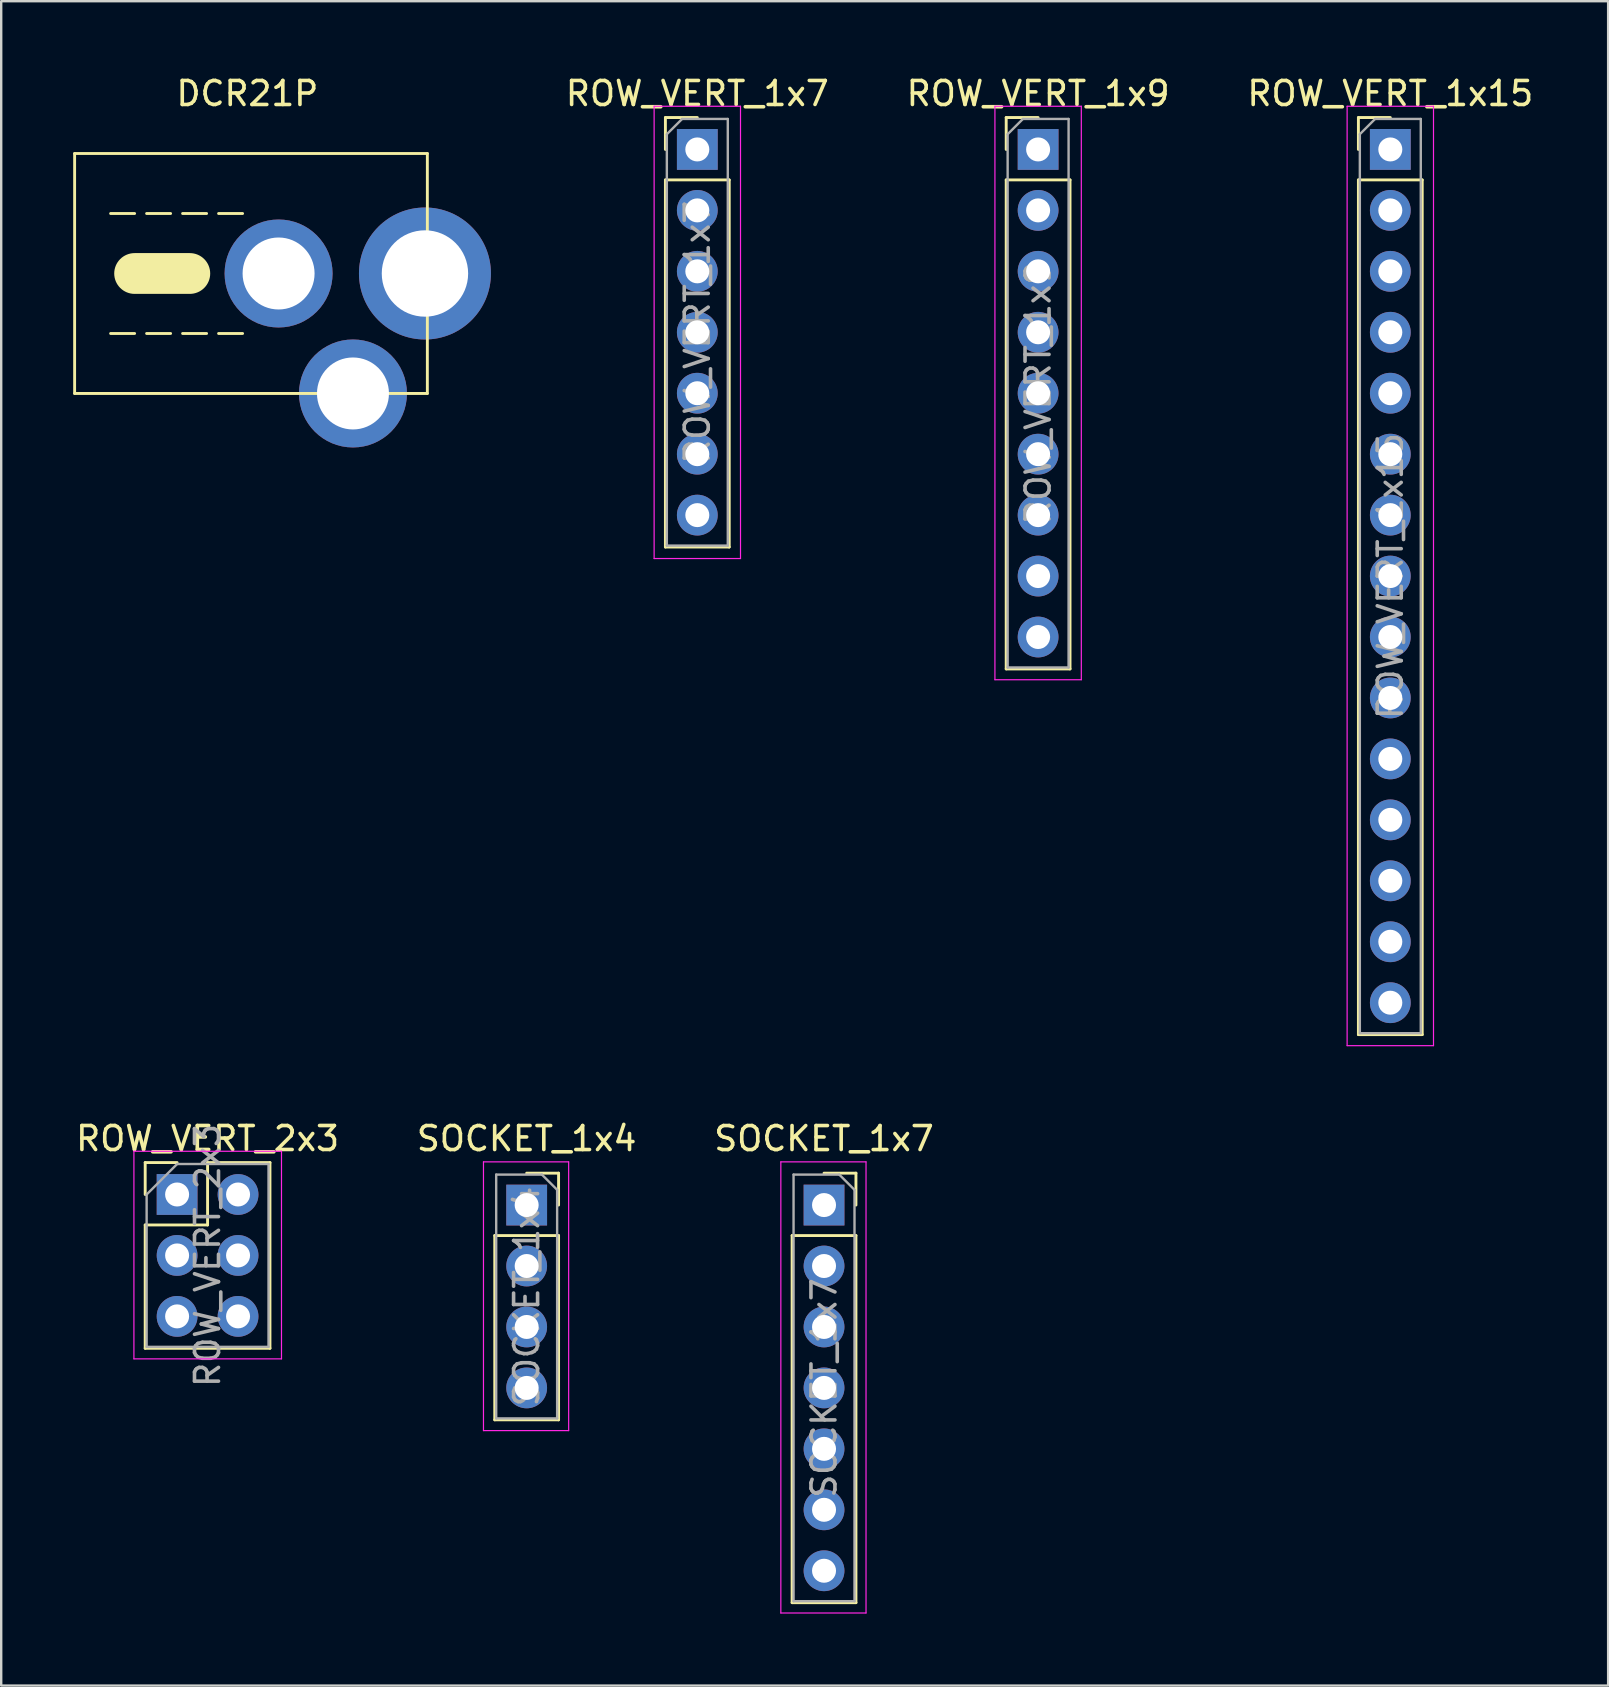
<source format=kicad_pcb>
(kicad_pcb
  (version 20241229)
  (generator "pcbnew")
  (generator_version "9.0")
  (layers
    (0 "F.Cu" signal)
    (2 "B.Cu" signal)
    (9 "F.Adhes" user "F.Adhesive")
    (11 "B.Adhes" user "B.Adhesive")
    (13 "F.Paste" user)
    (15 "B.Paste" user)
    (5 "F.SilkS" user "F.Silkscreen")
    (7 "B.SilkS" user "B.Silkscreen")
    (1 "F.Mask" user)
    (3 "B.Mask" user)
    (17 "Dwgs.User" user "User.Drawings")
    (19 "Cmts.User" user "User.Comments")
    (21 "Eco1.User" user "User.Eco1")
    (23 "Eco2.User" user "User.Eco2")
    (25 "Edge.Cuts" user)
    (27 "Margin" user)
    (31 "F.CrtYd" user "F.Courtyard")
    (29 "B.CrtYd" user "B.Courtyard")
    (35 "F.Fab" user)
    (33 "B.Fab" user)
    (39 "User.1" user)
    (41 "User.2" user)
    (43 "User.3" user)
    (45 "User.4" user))
  (footprint "ROW_VERT_2x3"
    (layer "F.Cu")
    (at 4.331 46.731)
    (property "Reference" "ROW_VERT_2x3" (at 1.27 -2.33 0) (layer "F.SilkS") (effects (font (size 1 1) (thickness 0.15))))
    (attr through_hole)
    (fp_line (start -1.33 -1.33) (end 0 -1.33) (stroke (width 0.12) (type solid)) (layer "F.SilkS"))
    (fp_line (start -1.33 0) (end -1.33 -1.33) (stroke (width 0.12) (type solid)) (layer "F.SilkS"))
    (fp_line (start -1.33 1.27) (end -1.33 6.41) (stroke (width 0.12) (type solid)) (layer "F.SilkS"))
    (fp_line (start -1.33 1.27) (end 1.27 1.27) (stroke (width 0.12) (type solid)) (layer "F.SilkS"))
    (fp_line (start -1.33 6.41) (end 3.87 6.41) (stroke (width 0.12) (type solid)) (layer "F.SilkS"))
    (fp_line (start 1.27 -1.33) (end 3.87 -1.33) (stroke (width 0.12) (type solid)) (layer "F.SilkS"))
    (fp_line (start 1.27 1.27) (end 1.27 -1.33) (stroke (width 0.12) (type solid)) (layer "F.SilkS"))
    (fp_line (start 3.87 -1.33) (end 3.87 6.41) (stroke (width 0.12) (type solid)) (layer "F.SilkS"))
    (fp_line (start -1.8 -1.8) (end -1.8 6.85) (stroke (width 0.05) (type solid)) (layer "F.CrtYd"))
    (fp_line (start -1.8 6.85) (end 4.35 6.85) (stroke (width 0.05) (type solid)) (layer "F.CrtYd"))
    (fp_line (start 4.35 -1.8) (end -1.8 -1.8) (stroke (width 0.05) (type solid)) (layer "F.CrtYd"))
    (fp_line (start 4.35 6.85) (end 4.35 -1.8) (stroke (width 0.05) (type solid)) (layer "F.CrtYd"))
    (fp_line (start -1.27 0) (end 0 -1.27) (stroke (width 0.1) (type solid)) (layer "F.Fab"))
    (fp_line (start -1.27 6.35) (end -1.27 0) (stroke (width 0.1) (type solid)) (layer "F.Fab"))
    (fp_line (start 0 -1.27) (end 3.81 -1.27) (stroke (width 0.1) (type solid)) (layer "F.Fab"))
    (fp_line (start 3.81 -1.27) (end 3.81 6.35) (stroke (width 0.1) (type solid)) (layer "F.Fab"))
    (fp_line (start 3.81 6.35) (end -1.27 6.35) (stroke (width 0.1) (type solid)) (layer "F.Fab"))
    (fp_text user "${REFERENCE}" (at 1.27 2.54 90) (layer "F.Fab") (effects (font (size 1 1) (thickness 0.15))))
    (pad "1" thru_hole rect (at 0 0) (size 1.7 1.7) (drill 1) (layers "*.Cu" "*.Mask"))
    (pad "2" thru_hole oval (at 2.54 0) (size 1.7 1.7) (drill 1) (layers "*.Cu" "*.Mask"))
    (pad "3" thru_hole oval (at 0 2.54) (size 1.7 1.7) (drill 1) (layers "*.Cu" "*.Mask"))
    (pad "4" thru_hole oval (at 2.54 2.54) (size 1.7 1.7) (drill 1) (layers "*.Cu" "*.Mask"))
    (pad "5" thru_hole oval (at 0 5.08) (size 1.7 1.7) (drill 1) (layers "*.Cu" "*.Mask"))
    (pad "6" thru_hole oval (at 2.54 5.08) (size 1.7 1.7) (drill 1) (layers "*.Cu" "*.Mask")))
  (footprint "DCR21P"
    (layer "F.Cu")
    (at 7.26 8.348)
    (property "Reference" "DCR21P" (at 0 -7.5 0) (layer "F.SilkS") (effects (font (size 1 1) (thickness 0.15))))
    (attr through_hole)
    (fp_line (start -7.2 -5) (end -7.2 5) (stroke (width 0.12) (type solid)) (layer "F.SilkS"))
    (fp_line (start -7.2 -5) (end 7.5 -5) (stroke (width 0.12) (type solid)) (layer "F.SilkS"))
    (fp_line (start -7.2 5) (end 7.5 5) (stroke (width 0.12) (type solid)) (layer "F.SilkS"))
    (fp_line (start -5.7 -2.5) (end -4.7 -2.5) (stroke (width 0.12) (type solid)) (layer "F.SilkS"))
    (fp_line (start -5.7 2.5) (end -4.7 2.5) (stroke (width 0.12) (type solid)) (layer "F.SilkS"))
    (fp_line (start -4.7 0) (end -2.4 0) (stroke (width 1.7) (type solid)) (layer "F.SilkS"))
    (fp_line (start -4.2 -2.5) (end -3.2 -2.5) (stroke (width 0.12) (type solid)) (layer "F.SilkS"))
    (fp_line (start -4.2 2.5) (end -3.2 2.5) (stroke (width 0.12) (type solid)) (layer "F.SilkS"))
    (fp_line (start -2.7 -2.5) (end -1.7 -2.5) (stroke (width 0.12) (type solid)) (layer "F.SilkS"))
    (fp_line (start -2.7 2.5) (end -1.7 2.5) (stroke (width 0.12) (type solid)) (layer "F.SilkS"))
    (fp_line (start -1.2 -2.5) (end -0.2 -2.5) (stroke (width 0.12) (type solid)) (layer "F.SilkS"))
    (fp_line (start -1.2 2.5) (end -0.2 2.5) (stroke (width 0.12) (type solid)) (layer "F.SilkS"))
    (fp_line (start 7.5 -5) (end 7.5 5) (stroke (width 0.12) (type solid)) (layer "F.SilkS"))
    (pad "1" thru_hole circle (at 1.3 0) (size 4.5 4.5) (drill 3) (layers "*.Cu" "*.Mask"))
    (pad "2" thru_hole circle (at 7.4 0) (size 5.5 5.5) (drill 3.6) (layers "*.Cu" "*.Mask"))
    (pad "3" thru_hole circle (at 4.4 5) (size 4.5 4.5) (drill 3) (layers "*.Cu" "*.Mask")))
  (footprint "ROW_VERT_1x9"
    (layer "F.Cu")
    (at 40.214 3.178)
    (property "Reference" "ROW_VERT_1x9" (at 0 -2.33 0) (layer "F.SilkS") (effects (font (size 1 1) (thickness 0.15))))
    (attr through_hole)
    (fp_line (start -1.33 -1.33) (end 0 -1.33) (stroke (width 0.12) (type solid)) (layer "F.SilkS"))
    (fp_line (start -1.33 0) (end -1.33 -1.33) (stroke (width 0.12) (type solid)) (layer "F.SilkS"))
    (fp_line (start -1.33 1.27) (end -1.33 21.65) (stroke (width 0.12) (type solid)) (layer "F.SilkS"))
    (fp_line (start -1.33 1.27) (end 1.33 1.27) (stroke (width 0.12) (type solid)) (layer "F.SilkS"))
    (fp_line (start -1.33 21.65) (end 1.33 21.65) (stroke (width 0.12) (type solid)) (layer "F.SilkS"))
    (fp_line (start 1.33 1.27) (end 1.33 21.65) (stroke (width 0.12) (type solid)) (layer "F.SilkS"))
    (fp_line (start -1.8 -1.8) (end -1.8 22.1) (stroke (width 0.05) (type solid)) (layer "F.CrtYd"))
    (fp_line (start -1.8 22.1) (end 1.8 22.1) (stroke (width 0.05) (type solid)) (layer "F.CrtYd"))
    (fp_line (start 1.8 -1.8) (end -1.8 -1.8) (stroke (width 0.05) (type solid)) (layer "F.CrtYd"))
    (fp_line (start 1.8 22.1) (end 1.8 -1.8) (stroke (width 0.05) (type solid)) (layer "F.CrtYd"))
    (fp_line (start -1.27 -0.635) (end -0.635 -1.27) (stroke (width 0.1) (type solid)) (layer "F.Fab"))
    (fp_line (start -1.27 21.59) (end -1.27 -0.635) (stroke (width 0.1) (type solid)) (layer "F.Fab"))
    (fp_line (start -0.635 -1.27) (end 1.27 -1.27) (stroke (width 0.1) (type solid)) (layer "F.Fab"))
    (fp_line (start 1.27 -1.27) (end 1.27 21.59) (stroke (width 0.1) (type solid)) (layer "F.Fab"))
    (fp_line (start 1.27 21.59) (end -1.27 21.59) (stroke (width 0.1) (type solid)) (layer "F.Fab"))
    (fp_text user "${REFERENCE}" (at 0 10.16 90) (layer "F.Fab") (effects (font (size 1 1) (thickness 0.15))))
    (pad "1" thru_hole rect (at 0 0) (size 1.7 1.7) (drill 1) (layers "*.Cu" "*.Mask"))
    (pad "2" thru_hole oval (at 0 2.54) (size 1.7 1.7) (drill 1) (layers "*.Cu" "*.Mask"))
    (pad "3" thru_hole oval (at 0 5.08) (size 1.7 1.7) (drill 1) (layers "*.Cu" "*.Mask"))
    (pad "4" thru_hole oval (at 0 7.62) (size 1.7 1.7) (drill 1) (layers "*.Cu" "*.Mask"))
    (pad "5" thru_hole oval (at 0 10.16) (size 1.7 1.7) (drill 1) (layers "*.Cu" "*.Mask"))
    (pad "6" thru_hole oval (at 0 12.7) (size 1.7 1.7) (drill 1) (layers "*.Cu" "*.Mask"))
    (pad "7" thru_hole oval (at 0 15.24) (size 1.7 1.7) (drill 1) (layers "*.Cu" "*.Mask"))
    (pad "8" thru_hole oval (at 0 17.78) (size 1.7 1.7) (drill 1) (layers "*.Cu" "*.Mask"))
    (pad "9" thru_hole oval (at 0 20.32) (size 1.7 1.7) (drill 1) (layers "*.Cu" "*.Mask")))
  (footprint "ROW_VERT_1x7"
    (layer "F.Cu")
    (at 26.011 3.178)
    (property "Reference" "ROW_VERT_1x7" (at 0 -2.33 0) (layer "F.SilkS") (effects (font (size 1 1) (thickness 0.15))))
    (attr through_hole)
    (fp_line (start -1.33 -1.33) (end 0 -1.33) (stroke (width 0.12) (type solid)) (layer "F.SilkS"))
    (fp_line (start -1.33 0) (end -1.33 -1.33) (stroke (width 0.12) (type solid)) (layer "F.SilkS"))
    (fp_line (start -1.33 1.27) (end -1.33 16.57) (stroke (width 0.12) (type solid)) (layer "F.SilkS"))
    (fp_line (start -1.33 1.27) (end 1.33 1.27) (stroke (width 0.12) (type solid)) (layer "F.SilkS"))
    (fp_line (start -1.33 16.57) (end 1.33 16.57) (stroke (width 0.12) (type solid)) (layer "F.SilkS"))
    (fp_line (start 1.33 1.27) (end 1.33 16.57) (stroke (width 0.12) (type solid)) (layer "F.SilkS"))
    (fp_line (start -1.8 -1.8) (end -1.8 17.05) (stroke (width 0.05) (type solid)) (layer "F.CrtYd"))
    (fp_line (start -1.8 17.05) (end 1.8 17.05) (stroke (width 0.05) (type solid)) (layer "F.CrtYd"))
    (fp_line (start 1.8 -1.8) (end -1.8 -1.8) (stroke (width 0.05) (type solid)) (layer "F.CrtYd"))
    (fp_line (start 1.8 17.05) (end 1.8 -1.8) (stroke (width 0.05) (type solid)) (layer "F.CrtYd"))
    (fp_line (start -1.27 -0.635) (end -0.635 -1.27) (stroke (width 0.1) (type solid)) (layer "F.Fab"))
    (fp_line (start -1.27 16.51) (end -1.27 -0.635) (stroke (width 0.1) (type solid)) (layer "F.Fab"))
    (fp_line (start -0.635 -1.27) (end 1.27 -1.27) (stroke (width 0.1) (type solid)) (layer "F.Fab"))
    (fp_line (start 1.27 -1.27) (end 1.27 16.51) (stroke (width 0.1) (type solid)) (layer "F.Fab"))
    (fp_line (start 1.27 16.51) (end -1.27 16.51) (stroke (width 0.1) (type solid)) (layer "F.Fab"))
    (fp_text user "${REFERENCE}" (at 0 7.62 90) (layer "F.Fab") (effects (font (size 1 1) (thickness 0.15))))
    (pad "1" thru_hole rect (at 0 0) (size 1.7 1.7) (drill 1) (layers "*.Cu" "*.Mask"))
    (pad "2" thru_hole oval (at 0 2.54) (size 1.7 1.7) (drill 1) (layers "*.Cu" "*.Mask"))
    (pad "3" thru_hole oval (at 0 5.08) (size 1.7 1.7) (drill 1) (layers "*.Cu" "*.Mask"))
    (pad "4" thru_hole oval (at 0 7.62) (size 1.7 1.7) (drill 1) (layers "*.Cu" "*.Mask"))
    (pad "5" thru_hole oval (at 0 10.16) (size 1.7 1.7) (drill 1) (layers "*.Cu" "*.Mask"))
    (pad "6" thru_hole oval (at 0 12.7) (size 1.7 1.7) (drill 1) (layers "*.Cu" "*.Mask"))
    (pad "7" thru_hole oval (at 0 15.24) (size 1.7 1.7) (drill 1) (layers "*.Cu" "*.Mask")))
  (footprint "SOCKET_1x7"
    (layer "F.Cu")
    (at 31.292 47.172)
    (property "Reference" "SOCKET_1x7" (at 0 -2.77 0) (layer "F.SilkS") (effects (font (size 1 1) (thickness 0.15))))
    (attr through_hole)
    (fp_line (start -1.33 1.27) (end -1.33 16.57) (stroke (width 0.12) (type solid)) (layer "F.SilkS"))
    (fp_line (start -1.33 1.27) (end 1.33 1.27) (stroke (width 0.12) (type solid)) (layer "F.SilkS"))
    (fp_line (start -1.33 16.57) (end 1.33 16.57) (stroke (width 0.12) (type solid)) (layer "F.SilkS"))
    (fp_line (start 0 -1.33) (end 1.33 -1.33) (stroke (width 0.12) (type solid)) (layer "F.SilkS"))
    (fp_line (start 1.33 -1.33) (end 1.33 0) (stroke (width 0.12) (type solid)) (layer "F.SilkS"))
    (fp_line (start 1.33 1.27) (end 1.33 16.57) (stroke (width 0.12) (type solid)) (layer "F.SilkS"))
    (fp_line (start -1.8 -1.8) (end 1.75 -1.8) (stroke (width 0.05) (type solid)) (layer "F.CrtYd"))
    (fp_line (start -1.8 17) (end -1.8 -1.8) (stroke (width 0.05) (type solid)) (layer "F.CrtYd"))
    (fp_line (start 1.75 -1.8) (end 1.75 17) (stroke (width 0.05) (type solid)) (layer "F.CrtYd"))
    (fp_line (start 1.75 17) (end -1.8 17) (stroke (width 0.05) (type solid)) (layer "F.CrtYd"))
    (fp_line (start -1.27 -1.27) (end 0.635 -1.27) (stroke (width 0.1) (type solid)) (layer "F.Fab"))
    (fp_line (start -1.27 16.51) (end -1.27 -1.27) (stroke (width 0.1) (type solid)) (layer "F.Fab"))
    (fp_line (start 0.635 -1.27) (end 1.27 -0.635) (stroke (width 0.1) (type solid)) (layer "F.Fab"))
    (fp_line (start 1.27 -0.635) (end 1.27 16.51) (stroke (width 0.1) (type solid)) (layer "F.Fab"))
    (fp_line (start 1.27 16.51) (end -1.27 16.51) (stroke (width 0.1) (type solid)) (layer "F.Fab"))
    (fp_text user "${REFERENCE}" (at 0 7.62 90) (layer "F.Fab") (effects (font (size 1 1) (thickness 0.15))))
    (pad "1" thru_hole rect (at 0 0) (size 1.7 1.7) (drill 1) (layers "*.Cu" "*.Mask"))
    (pad "2" thru_hole oval (at 0 2.54) (size 1.7 1.7) (drill 1) (layers "*.Cu" "*.Mask"))
    (pad "3" thru_hole oval (at 0 5.08) (size 1.7 1.7) (drill 1) (layers "*.Cu" "*.Mask"))
    (pad "4" thru_hole oval (at 0 7.62) (size 1.7 1.7) (drill 1) (layers "*.Cu" "*.Mask"))
    (pad "5" thru_hole oval (at 0 10.16) (size 1.7 1.7) (drill 1) (layers "*.Cu" "*.Mask"))
    (pad "6" thru_hole oval (at 0 12.7) (size 1.7 1.7) (drill 1) (layers "*.Cu" "*.Mask"))
    (pad "7" thru_hole oval (at 0 15.24) (size 1.7 1.7) (drill 1) (layers "*.Cu" "*.Mask")))
  (footprint "SOCKET_1x4"
    (layer "F.Cu")
    (at 18.899 47.172)
    (property "Reference" "SOCKET_1x4" (at 0 -2.77 0) (layer "F.SilkS") (effects (font (size 1 1) (thickness 0.15))))
    (attr through_hole)
    (fp_line (start -1.33 1.27) (end -1.33 8.95) (stroke (width 0.12) (type solid)) (layer "F.SilkS"))
    (fp_line (start -1.33 1.27) (end 1.33 1.27) (stroke (width 0.12) (type solid)) (layer "F.SilkS"))
    (fp_line (start -1.33 8.95) (end 1.33 8.95) (stroke (width 0.12) (type solid)) (layer "F.SilkS"))
    (fp_line (start 0 -1.33) (end 1.33 -1.33) (stroke (width 0.12) (type solid)) (layer "F.SilkS"))
    (fp_line (start 1.33 -1.33) (end 1.33 0) (stroke (width 0.12) (type solid)) (layer "F.SilkS"))
    (fp_line (start 1.33 1.27) (end 1.33 8.95) (stroke (width 0.12) (type solid)) (layer "F.SilkS"))
    (fp_line (start -1.8 -1.8) (end 1.75 -1.8) (stroke (width 0.05) (type solid)) (layer "F.CrtYd"))
    (fp_line (start -1.8 9.4) (end -1.8 -1.8) (stroke (width 0.05) (type solid)) (layer "F.CrtYd"))
    (fp_line (start 1.75 -1.8) (end 1.75 9.4) (stroke (width 0.05) (type solid)) (layer "F.CrtYd"))
    (fp_line (start 1.75 9.4) (end -1.8 9.4) (stroke (width 0.05) (type solid)) (layer "F.CrtYd"))
    (fp_line (start -1.27 -1.27) (end 0.635 -1.27) (stroke (width 0.1) (type solid)) (layer "F.Fab"))
    (fp_line (start -1.27 8.89) (end -1.27 -1.27) (stroke (width 0.1) (type solid)) (layer "F.Fab"))
    (fp_line (start 0.635 -1.27) (end 1.27 -0.635) (stroke (width 0.1) (type solid)) (layer "F.Fab"))
    (fp_line (start 1.27 -0.635) (end 1.27 8.89) (stroke (width 0.1) (type solid)) (layer "F.Fab"))
    (fp_line (start 1.27 8.89) (end -1.27 8.89) (stroke (width 0.1) (type solid)) (layer "F.Fab"))
    (fp_text user "${REFERENCE}" (at 0 3.81 90) (layer "F.Fab") (effects (font (size 1 1) (thickness 0.15))))
    (pad "1" thru_hole rect (at 0 0) (size 1.7 1.7) (drill 1) (layers "*.Cu" "*.Mask"))
    (pad "2" thru_hole oval (at 0 2.54) (size 1.7 1.7) (drill 1) (layers "*.Cu" "*.Mask"))
    (pad "3" thru_hole oval (at 0 5.08) (size 1.7 1.7) (drill 1) (layers "*.Cu" "*.Mask"))
    (pad "4" thru_hole oval (at 0 7.62) (size 1.7 1.7) (drill 1) (layers "*.Cu" "*.Mask")))
  (footprint "ROW_VERT_1x15"
    (layer "F.Cu")
    (at 54.892 3.178)
    (property "Reference" "ROW_VERT_1x15" (at 0 -2.33 0) (layer "F.SilkS") (effects (font (size 1 1) (thickness 0.15))))
    (attr through_hole)
    (fp_line (start -1.33 -1.33) (end 0 -1.33) (stroke (width 0.12) (type solid)) (layer "F.SilkS"))
    (fp_line (start -1.33 0) (end -1.33 -1.33) (stroke (width 0.12) (type solid)) (layer "F.SilkS"))
    (fp_line (start -1.33 1.27) (end -1.33 36.89) (stroke (width 0.12) (type solid)) (layer "F.SilkS"))
    (fp_line (start -1.33 1.27) (end 1.33 1.27) (stroke (width 0.12) (type solid)) (layer "F.SilkS"))
    (fp_line (start -1.33 36.89) (end 1.33 36.89) (stroke (width 0.12) (type solid)) (layer "F.SilkS"))
    (fp_line (start 1.33 1.27) (end 1.33 36.89) (stroke (width 0.12) (type solid)) (layer "F.SilkS"))
    (fp_line (start -1.8 -1.8) (end -1.8 37.35) (stroke (width 0.05) (type solid)) (layer "F.CrtYd"))
    (fp_line (start -1.8 37.35) (end 1.8 37.35) (stroke (width 0.05) (type solid)) (layer "F.CrtYd"))
    (fp_line (start 1.8 -1.8) (end -1.8 -1.8) (stroke (width 0.05) (type solid)) (layer "F.CrtYd"))
    (fp_line (start 1.8 37.35) (end 1.8 -1.8) (stroke (width 0.05) (type solid)) (layer "F.CrtYd"))
    (fp_line (start -1.27 -0.635) (end -0.635 -1.27) (stroke (width 0.1) (type solid)) (layer "F.Fab"))
    (fp_line (start -1.27 36.83) (end -1.27 -0.635) (stroke (width 0.1) (type solid)) (layer "F.Fab"))
    (fp_line (start -0.635 -1.27) (end 1.27 -1.27) (stroke (width 0.1) (type solid)) (layer "F.Fab"))
    (fp_line (start 1.27 -1.27) (end 1.27 36.83) (stroke (width 0.1) (type solid)) (layer "F.Fab"))
    (fp_line (start 1.27 36.83) (end -1.27 36.83) (stroke (width 0.1) (type solid)) (layer "F.Fab"))
    (fp_text user "${REFERENCE}" (at 0 17.78 90) (layer "F.Fab") (effects (font (size 1 1) (thickness 0.15))))
    (pad "1" thru_hole rect (at 0 0) (size 1.7 1.7) (drill 1) (layers "*.Cu" "*.Mask"))
    (pad "2" thru_hole oval (at 0 2.54) (size 1.7 1.7) (drill 1) (layers "*.Cu" "*.Mask"))
    (pad "3" thru_hole oval (at 0 5.08) (size 1.7 1.7) (drill 1) (layers "*.Cu" "*.Mask"))
    (pad "4" thru_hole oval (at 0 7.62) (size 1.7 1.7) (drill 1) (layers "*.Cu" "*.Mask"))
    (pad "5" thru_hole oval (at 0 10.16) (size 1.7 1.7) (drill 1) (layers "*.Cu" "*.Mask"))
    (pad "6" thru_hole oval (at 0 12.7) (size 1.7 1.7) (drill 1) (layers "*.Cu" "*.Mask"))
    (pad "7" thru_hole oval (at 0 15.24) (size 1.7 1.7) (drill 1) (layers "*.Cu" "*.Mask"))
    (pad "8" thru_hole oval (at 0 17.78) (size 1.7 1.7) (drill 1) (layers "*.Cu" "*.Mask"))
    (pad "9" thru_hole oval (at 0 20.32) (size 1.7 1.7) (drill 1) (layers "*.Cu" "*.Mask"))
    (pad "10" thru_hole oval (at 0 22.86) (size 1.7 1.7) (drill 1) (layers "*.Cu" "*.Mask"))
    (pad "11" thru_hole oval (at 0 25.4) (size 1.7 1.7) (drill 1) (layers "*.Cu" "*.Mask"))
    (pad "12" thru_hole oval (at 0 27.94) (size 1.7 1.7) (drill 1) (layers "*.Cu" "*.Mask"))
    (pad "13" thru_hole oval (at 0 30.48) (size 1.7 1.7) (drill 1) (layers "*.Cu" "*.Mask"))
    (pad "14" thru_hole oval (at 0 33.02) (size 1.7 1.7) (drill 1) (layers "*.Cu" "*.Mask"))
    (pad "15" thru_hole oval (at 0 35.56) (size 1.7 1.7) (drill 1) (layers "*.Cu" "*.Mask")))
  (gr_rect
    (start -3 -3)
    (end 63.97 67.197)
    (stroke (width 0.1) (type default))
    (fill no)
    (layer "Edge.Cuts")))
</source>
